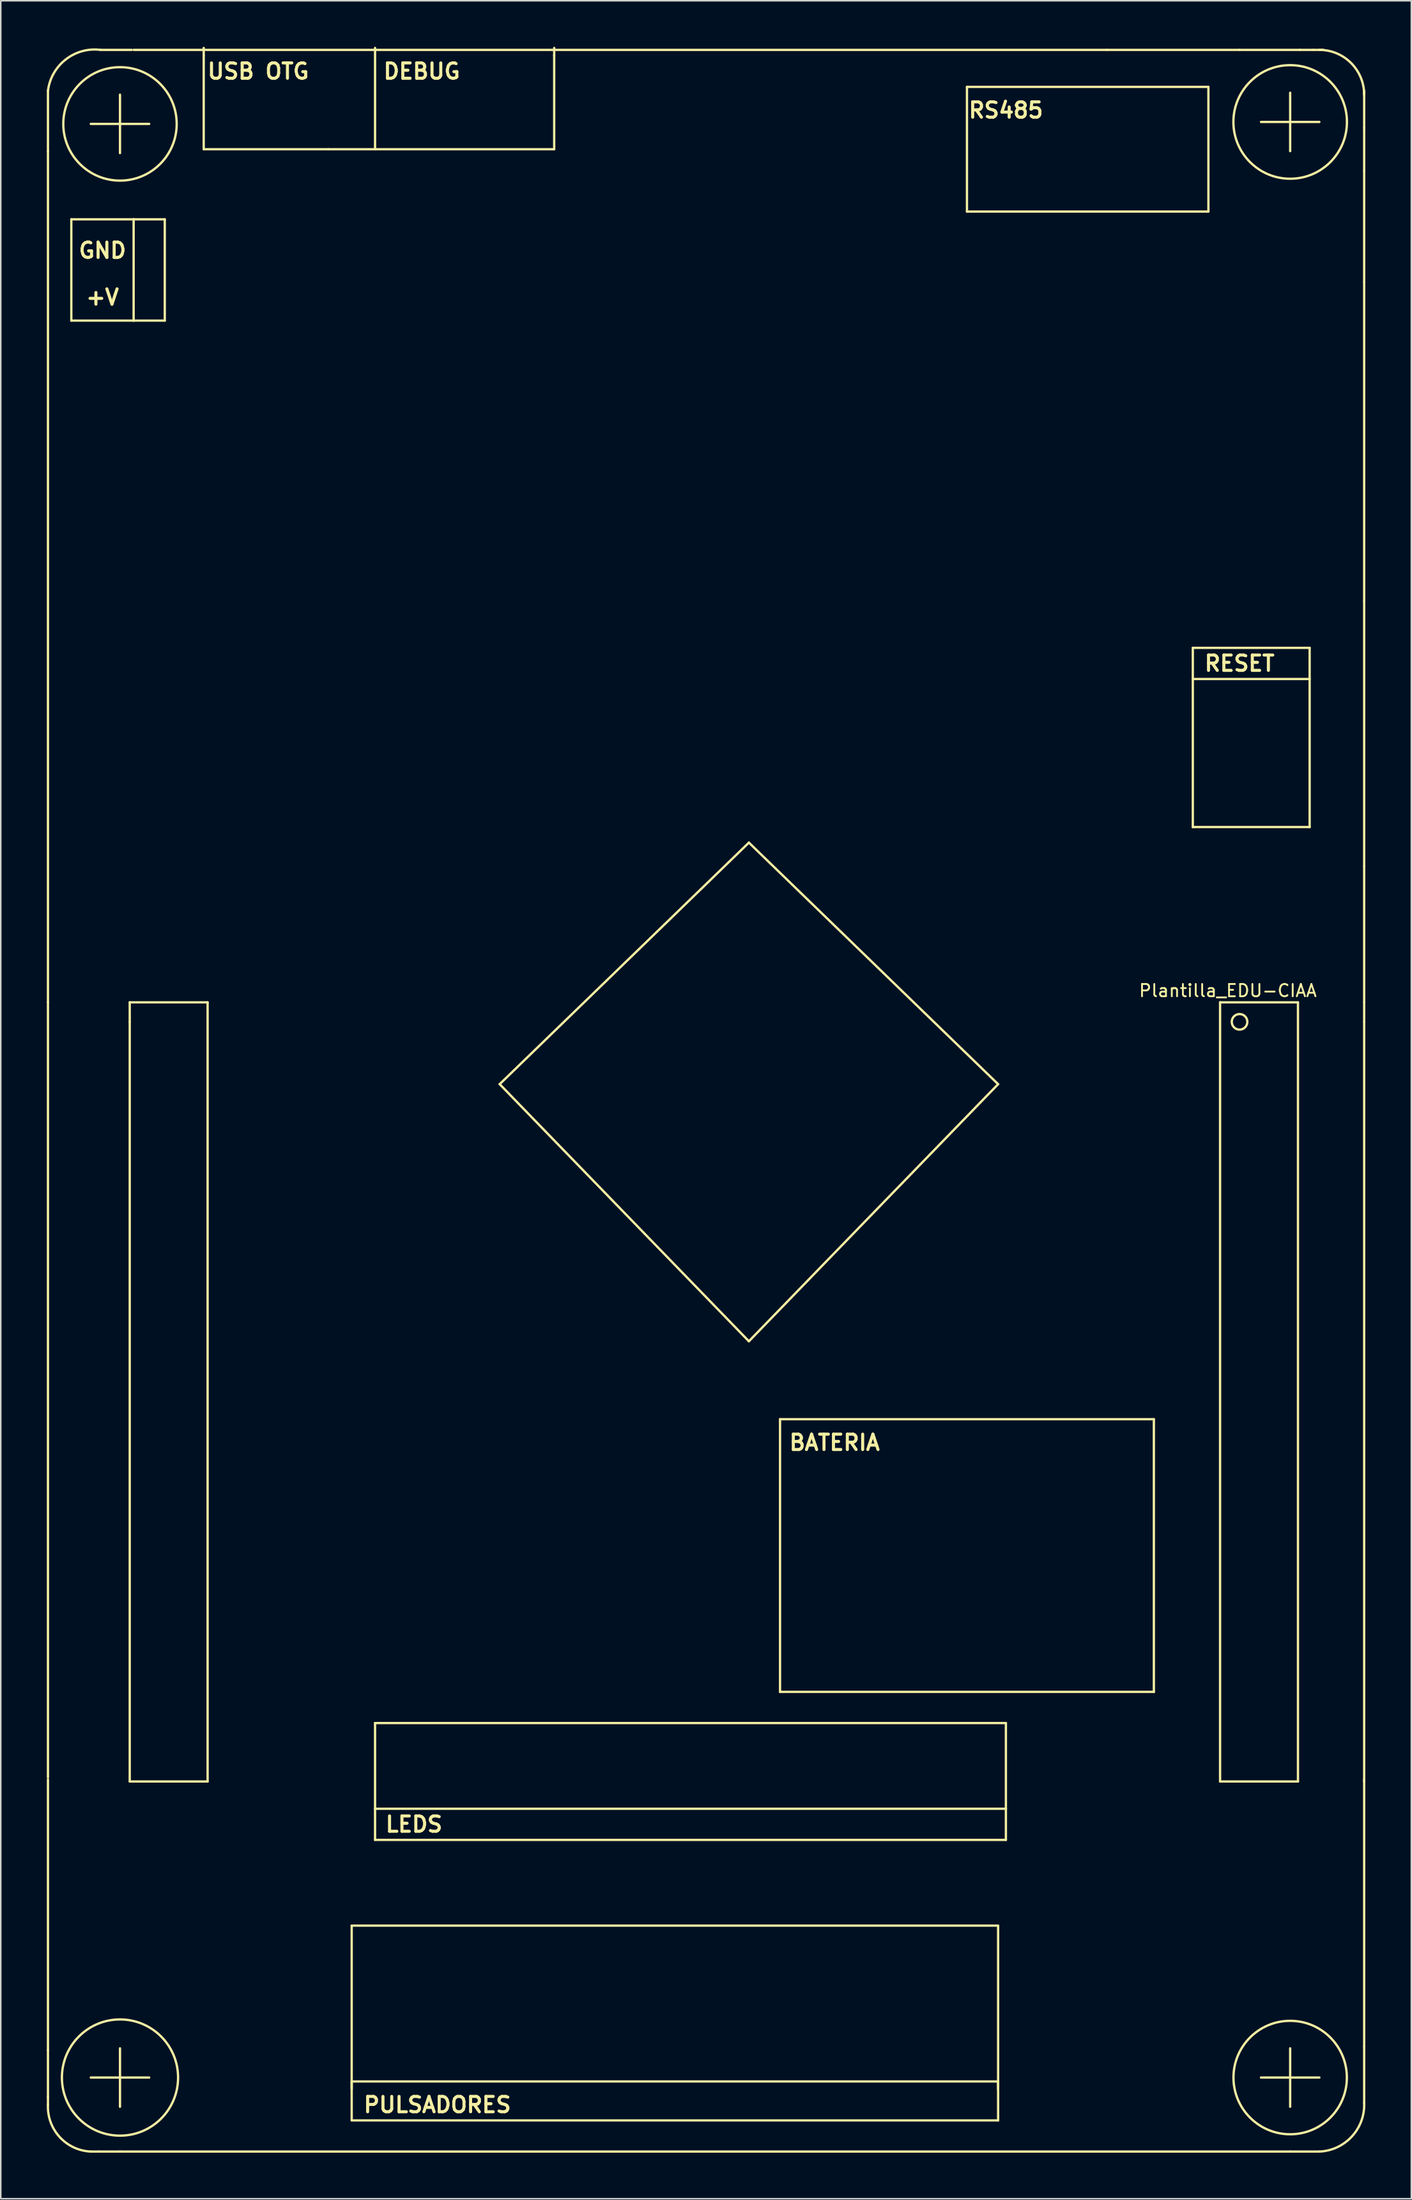
<source format=kicad_pcb>
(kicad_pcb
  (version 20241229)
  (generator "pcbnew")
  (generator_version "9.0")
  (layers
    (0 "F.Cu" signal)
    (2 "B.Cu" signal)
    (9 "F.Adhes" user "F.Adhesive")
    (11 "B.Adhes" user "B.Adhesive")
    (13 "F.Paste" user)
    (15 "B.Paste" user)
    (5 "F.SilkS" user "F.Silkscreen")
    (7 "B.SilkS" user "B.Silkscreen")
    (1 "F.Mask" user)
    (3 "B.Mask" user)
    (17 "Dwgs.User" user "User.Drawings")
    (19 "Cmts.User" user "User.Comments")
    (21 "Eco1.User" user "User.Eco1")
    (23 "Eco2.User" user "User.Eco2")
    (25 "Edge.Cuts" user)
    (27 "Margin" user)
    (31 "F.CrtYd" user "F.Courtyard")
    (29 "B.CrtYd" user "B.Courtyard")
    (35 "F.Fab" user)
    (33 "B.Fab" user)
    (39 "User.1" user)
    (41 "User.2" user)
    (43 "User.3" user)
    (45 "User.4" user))
  (footprint "Plantilla_EDU-CIAA"
    (layer "F.Cu")
    (at 77.802 63.575)
    (property "Reference" "Plantilla_EDU-CIAA" (at -0.762 -2.032 0) (layer "F.SilkS") (effects (font (size 0.8 0.8) (thickness 0.12))))
    (attr through_hole)
    (fp_line (start -77.724 -60.706) (end -77.724 -56.769) (stroke (width 0.15) (type solid)) (layer "F.SilkS"))
    (fp_line (start -77.724 -1.27) (end -77.724 -56.769) (stroke (width 0.15) (type solid)) (layer "F.SilkS"))
    (fp_line (start -77.724 49.276) (end -77.724 -1.27) (stroke (width 0.15) (type solid)) (layer "F.SilkS"))
    (fp_line (start -77.724 49.403) (end -77.724 67.056) (stroke (width 0.15) (type solid)) (layer "F.SilkS"))
    (fp_line (start -77.724 67.056) (end -77.724 70.104) (stroke (width 0.15) (type solid)) (layer "F.SilkS"))
    (fp_line (start -77.724 70.612) (end -77.724 70.104) (stroke (width 0.15) (type solid)) (layer "F.SilkS"))
    (fp_line (start -76.2 -52.324) (end -76.2 -45.72) (stroke (width 0.15) (type solid)) (layer "F.SilkS"))
    (fp_line (start -76.2 -45.72) (end -72.136 -45.72) (stroke (width 0.15) (type solid)) (layer "F.SilkS"))
    (fp_line (start -74.422 73.66) (end -74.93 73.66) (stroke (width 0.15) (type solid)) (layer "F.SilkS"))
    (fp_line (start -73.025 -58.547) (end -74.93 -58.547) (stroke (width 0.15) (type solid)) (layer "F.SilkS"))
    (fp_line (start -73.025 -58.547) (end -73.025 -60.452) (stroke (width 0.15) (type solid)) (layer "F.SilkS"))
    (fp_line (start -73.025 -58.547) (end -73.025 -56.642) (stroke (width 0.15) (type solid)) (layer "F.SilkS"))
    (fp_line (start -73.025 -58.547) (end -71.12 -58.547) (stroke (width 0.15) (type solid)) (layer "F.SilkS"))
    (fp_line (start -73.025 68.834) (end -74.93 68.834) (stroke (width 0.15) (type solid)) (layer "F.SilkS"))
    (fp_line (start -73.025 68.834) (end -73.025 66.929) (stroke (width 0.15) (type solid)) (layer "F.SilkS"))
    (fp_line (start -73.025 68.834) (end -73.025 70.739) (stroke (width 0.15) (type solid)) (layer "F.SilkS"))
    (fp_line (start -73.025 68.834) (end -71.12 68.834) (stroke (width 0.15) (type solid)) (layer "F.SilkS"))
    (fp_line (start -73.025 73.66) (end -74.422 73.66) (stroke (width 0.15) (type solid)) (layer "F.SilkS"))
    (fp_line (start -72.39 -1.27) (end -67.31 -1.27) (stroke (width 0.15) (type solid)) (layer "F.SilkS"))
    (fp_line (start -72.39 0) (end -72.39 -1.27) (stroke (width 0.15) (type solid)) (layer "F.SilkS"))
    (fp_line (start -72.39 49.53) (end -72.39 0) (stroke (width 0.15) (type solid)) (layer "F.SilkS"))
    (fp_line (start -72.263 -63.373) (end -74.295 -63.373) (stroke (width 0.15) (type solid)) (layer "F.SilkS"))
    (fp_line (start -72.136 -52.324) (end -76.2 -52.324) (stroke (width 0.15) (type solid)) (layer "F.SilkS"))
    (fp_line (start -72.136 -45.72) (end -72.136 -52.324) (stroke (width 0.15) (type solid)) (layer "F.SilkS"))
    (fp_line (start -72.136 -45.72) (end -70.104 -45.72) (stroke (width 0.15) (type solid)) (layer "F.SilkS"))
    (fp_line (start -70.104 -52.324) (end -72.136 -52.324) (stroke (width 0.15) (type solid)) (layer "F.SilkS"))
    (fp_line (start -70.104 -45.72) (end -70.104 -52.324) (stroke (width 0.15) (type solid)) (layer "F.SilkS"))
    (fp_line (start -67.564 -62.992) (end -67.564 -63.5) (stroke (width 0.15) (type solid)) (layer "F.SilkS"))
    (fp_line (start -67.564 -56.896) (end -67.564 -62.992) (stroke (width 0.15) (type solid)) (layer "F.SilkS"))
    (fp_line (start -67.564 -56.896) (end -59.436 -56.896) (stroke (width 0.15) (type solid)) (layer "F.SilkS"))
    (fp_line (start -67.31 -1.27) (end -67.31 49.53) (stroke (width 0.15) (type solid)) (layer "F.SilkS"))
    (fp_line (start -67.31 49.53) (end -72.39 49.53) (stroke (width 0.15) (type solid)) (layer "F.SilkS"))
    (fp_line (start -57.912 58.928) (end -57.912 69.596) (stroke (width 0.15) (type solid)) (layer "F.SilkS"))
    (fp_line (start -57.912 69.088) (end -15.748 69.088) (stroke (width 0.15) (type solid)) (layer "F.SilkS"))
    (fp_line (start -57.912 71.628) (end -57.912 69.088) (stroke (width 0.15) (type solid)) (layer "F.SilkS"))
    (fp_line (start -57.912 71.628) (end -15.748 71.628) (stroke (width 0.15) (type solid)) (layer "F.SilkS"))
    (fp_line (start -56.388 -56.896) (end -56.388 -63.5) (stroke (width 0.15) (type solid)) (layer "F.SilkS"))
    (fp_line (start -56.388 45.72) (end -56.388 51.308) (stroke (width 0.15) (type solid)) (layer "F.SilkS"))
    (fp_line (start -56.388 51.308) (end -15.24 51.308) (stroke (width 0.15) (type solid)) (layer "F.SilkS"))
    (fp_line (start -56.388 53.34) (end -56.388 51.308) (stroke (width 0.15) (type solid)) (layer "F.SilkS"))
    (fp_line (start -56.388 53.34) (end -15.24 53.34) (stroke (width 0.15) (type solid)) (layer "F.SilkS"))
    (fp_line (start -48.26 4.064) (end -32.004 -11.684) (stroke (width 0.15) (type solid)) (layer "F.SilkS"))
    (fp_line (start -44.704 -62.992) (end -44.704 -63.5) (stroke (width 0.15) (type solid)) (layer "F.SilkS"))
    (fp_line (start -44.704 -62.992) (end -44.704 -56.896) (stroke (width 0.15) (type solid)) (layer "F.SilkS"))
    (fp_line (start -44.704 -56.896) (end -59.436 -56.896) (stroke (width 0.15) (type solid)) (layer "F.SilkS"))
    (fp_line (start -32.004 -11.684) (end -15.748 4.064) (stroke (width 0.15) (type solid)) (layer "F.SilkS"))
    (fp_line (start -32.004 20.828) (end -48.26 4.064) (stroke (width 0.15) (type solid)) (layer "F.SilkS"))
    (fp_line (start -29.972 25.908) (end -29.972 43.688) (stroke (width 0.15) (type solid)) (layer "F.SilkS"))
    (fp_line (start -29.972 43.688) (end -5.588 43.688) (stroke (width 0.15) (type solid)) (layer "F.SilkS"))
    (fp_line (start -17.78 -60.96) (end -17.78 -52.832) (stroke (width 0.15) (type solid)) (layer "F.SilkS"))
    (fp_line (start -17.78 -52.832) (end -2.032 -52.832) (stroke (width 0.15) (type solid)) (layer "F.SilkS"))
    (fp_line (start -15.748 4.064) (end -32.004 20.828) (stroke (width 0.15) (type solid)) (layer "F.SilkS"))
    (fp_line (start -15.748 58.928) (end -57.912 58.928) (stroke (width 0.15) (type solid)) (layer "F.SilkS"))
    (fp_line (start -15.748 69.596) (end -15.748 58.928) (stroke (width 0.15) (type solid)) (layer "F.SilkS"))
    (fp_line (start -15.748 71.628) (end -15.748 69.088) (stroke (width 0.15) (type solid)) (layer "F.SilkS"))
    (fp_line (start -15.24 45.72) (end -56.388 45.72) (stroke (width 0.15) (type solid)) (layer "F.SilkS"))
    (fp_line (start -15.24 51.308) (end -15.24 45.72) (stroke (width 0.15) (type solid)) (layer "F.SilkS"))
    (fp_line (start -15.24 53.34) (end -15.24 51.308) (stroke (width 0.15) (type solid)) (layer "F.SilkS"))
    (fp_line (start -8.636 -63.373) (end -72.136 -63.373) (stroke (width 0.15) (type solid)) (layer "F.SilkS"))
    (fp_line (start -5.588 25.908) (end -29.972 25.908) (stroke (width 0.15) (type solid)) (layer "F.SilkS"))
    (fp_line (start -5.588 43.688) (end -5.588 25.908) (stroke (width 0.15) (type solid)) (layer "F.SilkS"))
    (fp_line (start -3.048 -24.384) (end -3.048 -12.7) (stroke (width 0.15) (type solid)) (layer "F.SilkS"))
    (fp_line (start -3.048 -12.7) (end 4.572 -12.7) (stroke (width 0.15) (type solid)) (layer "F.SilkS"))
    (fp_line (start -2.032 -60.96) (end -17.78 -60.96) (stroke (width 0.15) (type solid)) (layer "F.SilkS"))
    (fp_line (start -2.032 -52.832) (end -2.032 -60.96) (stroke (width 0.15) (type solid)) (layer "F.SilkS"))
    (fp_line (start -1.27 49.53) (end -1.27 -1.27) (stroke (width 0.15) (type solid)) (layer "F.SilkS"))
    (fp_line (start 0 -63.373) (end -8.636 -63.373) (stroke (width 0.15) (type solid)) (layer "F.SilkS"))
    (fp_line (start 0 -63.373) (end 3.937 -63.373) (stroke (width 0.15) (type solid)) (layer "F.SilkS"))
    (fp_line (start 3.302 -58.674) (end 1.397 -58.674) (stroke (width 0.15) (type solid)) (layer "F.SilkS"))
    (fp_line (start 3.302 -58.674) (end 3.302 -60.579) (stroke (width 0.15) (type solid)) (layer "F.SilkS"))
    (fp_line (start 3.302 -58.674) (end 3.302 -56.769) (stroke (width 0.15) (type solid)) (layer "F.SilkS"))
    (fp_line (start 3.302 -58.674) (end 5.207 -58.674) (stroke (width 0.15) (type solid)) (layer "F.SilkS"))
    (fp_line (start 3.302 68.834) (end 1.397 68.834) (stroke (width 0.15) (type solid)) (layer "F.SilkS"))
    (fp_line (start 3.302 68.834) (end 3.302 66.929) (stroke (width 0.15) (type solid)) (layer "F.SilkS"))
    (fp_line (start 3.302 68.834) (end 3.302 70.739) (stroke (width 0.15) (type solid)) (layer "F.SilkS"))
    (fp_line (start 3.302 68.834) (end 5.207 68.834) (stroke (width 0.15) (type solid)) (layer "F.SilkS"))
    (fp_line (start 3.302 73.66) (end -73.025 73.66) (stroke (width 0.15) (type solid)) (layer "F.SilkS"))
    (fp_line (start 3.302 73.66) (end 5.207 73.66) (stroke (width 0.15) (type solid)) (layer "F.SilkS"))
    (fp_line (start 3.81 -1.27) (end -1.27 -1.27) (stroke (width 0.15) (type solid)) (layer "F.SilkS"))
    (fp_line (start 3.81 49.53) (end -1.27 49.53) (stroke (width 0.15) (type solid)) (layer "F.SilkS"))
    (fp_line (start 3.81 49.53) (end 3.81 -1.27) (stroke (width 0.15) (type solid)) (layer "F.SilkS"))
    (fp_line (start 3.937 -63.373) (end 4.826 -63.373) (stroke (width 0.15) (type solid)) (layer "F.SilkS"))
    (fp_line (start 4.572 -24.384) (end -3.048 -24.384) (stroke (width 0.15) (type solid)) (layer "F.SilkS"))
    (fp_line (start 4.572 -22.352) (end -3.048 -22.352) (stroke (width 0.15) (type solid)) (layer "F.SilkS"))
    (fp_line (start 4.572 -12.7) (end 4.572 -24.384) (stroke (width 0.15) (type solid)) (layer "F.SilkS"))
    (fp_line (start 5.461 -63.373) (end 4.826 -63.373) (stroke (width 0.15) (type solid)) (layer "F.SilkS"))
    (fp_line (start 8.128 -60.706) (end 8.128 -60.452) (stroke (width 0.15) (type solid)) (layer "F.SilkS"))
    (fp_line (start 8.128 -60.579) (end 8.128 -60.706) (stroke (width 0.15) (type solid)) (layer "F.SilkS"))
    (fp_line (start 8.128 -58.293) (end 8.128 -60.579) (stroke (width 0.15) (type solid)) (layer "F.SilkS"))
    (fp_line (start 8.128 -55.499) (end 8.128 -58.293) (stroke (width 0.15) (type solid)) (layer "F.SilkS"))
    (fp_line (start 8.128 -48.26) (end 8.128 -55.499) (stroke (width 0.15) (type solid)) (layer "F.SilkS"))
    (fp_line (start 8.128 -27.432) (end 8.128 -48.26) (stroke (width 0.15) (type solid)) (layer "F.SilkS"))
    (fp_line (start 8.128 -10.16) (end 8.128 -27.432) (stroke (width 0.15) (type solid)) (layer "F.SilkS"))
    (fp_line (start 8.128 -1.27) (end 8.128 -10.16) (stroke (width 0.15) (type solid)) (layer "F.SilkS"))
    (fp_line (start 8.128 0) (end 8.128 -1.27) (stroke (width 0.15) (type solid)) (layer "F.SilkS"))
    (fp_line (start 8.128 0) (end 8.128 49.53) (stroke (width 0.15) (type solid)) (layer "F.SilkS"))
    (fp_line (start 8.128 49.403) (end 8.128 66.802) (stroke (width 0.15) (type solid)) (layer "F.SilkS"))
    (fp_line (start 8.128 66.802) (end 8.128 70.485) (stroke (width 0.15) (type solid)) (layer "F.SilkS"))
    (fp_arc (start -77.724 -60.706) (mid -76.561854 -62.749669) (end -74.295 -63.373) (stroke (width 0.15) (type solid)) (layer "F.SilkS"))
    (fp_arc (start -74.93 73.66) (mid -76.958261 72.714656) (end -77.724 70.612) (stroke (width 0.15) (type solid)) (layer "F.SilkS"))
    (fp_arc (start 5.207 -63.373) (mid 7.272459 -62.517459) (end 8.128 -60.452) (stroke (width 0.15) (type solid)) (layer "F.SilkS"))
    (fp_arc (start 8.128 70.485) (mid 7.325064 72.677459) (end 5.207 73.66) (stroke (width 0.15) (type solid)) (layer "F.SilkS"))
    (fp_circle (center -73.025 -58.547) (end -69.469 -59.563) (stroke (width 0.15) (type solid)) (fill no) (layer "F.SilkS"))
    (fp_circle (center -73.025 68.834) (end -72.136 65.151) (stroke (width 0.15) (type solid)) (fill no) (layer "F.SilkS"))
    (fp_circle (center 0 0) (end 0.508 0) (stroke (width 0.15) (type solid)) (fill no) (layer "F.SilkS"))
    (fp_circle (center 3.302 -58.674) (end 6.731 -57.277) (stroke (width 0.15) (type solid)) (fill no) (layer "F.SilkS"))
    (fp_circle (center 3.302 68.834) (end 6.858 69.85) (stroke (width 0.15) (type solid)) (fill no) (layer "F.SilkS"))
    (fp_text user "BATERIA" (at -26.416 27.432 0) (layer "F.SilkS") (effects (font (size 1 1) (thickness 0.2))))
    (fp_text user "RS485" (at -15.24 -59.436 0) (layer "F.SilkS") (effects (font (size 1 1) (thickness 0.2))))
    (fp_text user "DEBUG" (at -53.34 -61.976 0) (layer "F.SilkS") (effects (font (size 1 1) (thickness 0.2))))
    (fp_text user "RESET" (at 0 -23.368 0) (layer "F.SilkS") (effects (font (size 1 1) (thickness 0.2))))
    (fp_text user "PULSADORES" (at -52.324 70.612 0) (layer "F.SilkS") (effects (font (size 1 1) (thickness 0.2))))
    (fp_text user "+V" (at -74.168 -47.244 0) (layer "F.SilkS") (effects (font (size 1 1) (thickness 0.2))))
    (fp_text user "LEDS" (at -53.848 52.324 0) (layer "F.SilkS") (effects (font (size 1 1) (thickness 0.2))))
    (fp_text user "USB OTG" (at -64.008 -61.976 0) (layer "F.SilkS") (effects (font (size 1 1) (thickness 0.2))))
    (fp_text user "GND" (at -74.168 -50.292 0) (layer "F.SilkS") (effects (font (size 1 1) (thickness 0.2)))))
  (gr_rect
    (start -3 -3)
    (end 89.007 140.31)
    (stroke (width 0.1) (type default))
    (fill no)
    (layer "Edge.Cuts")))
</source>
